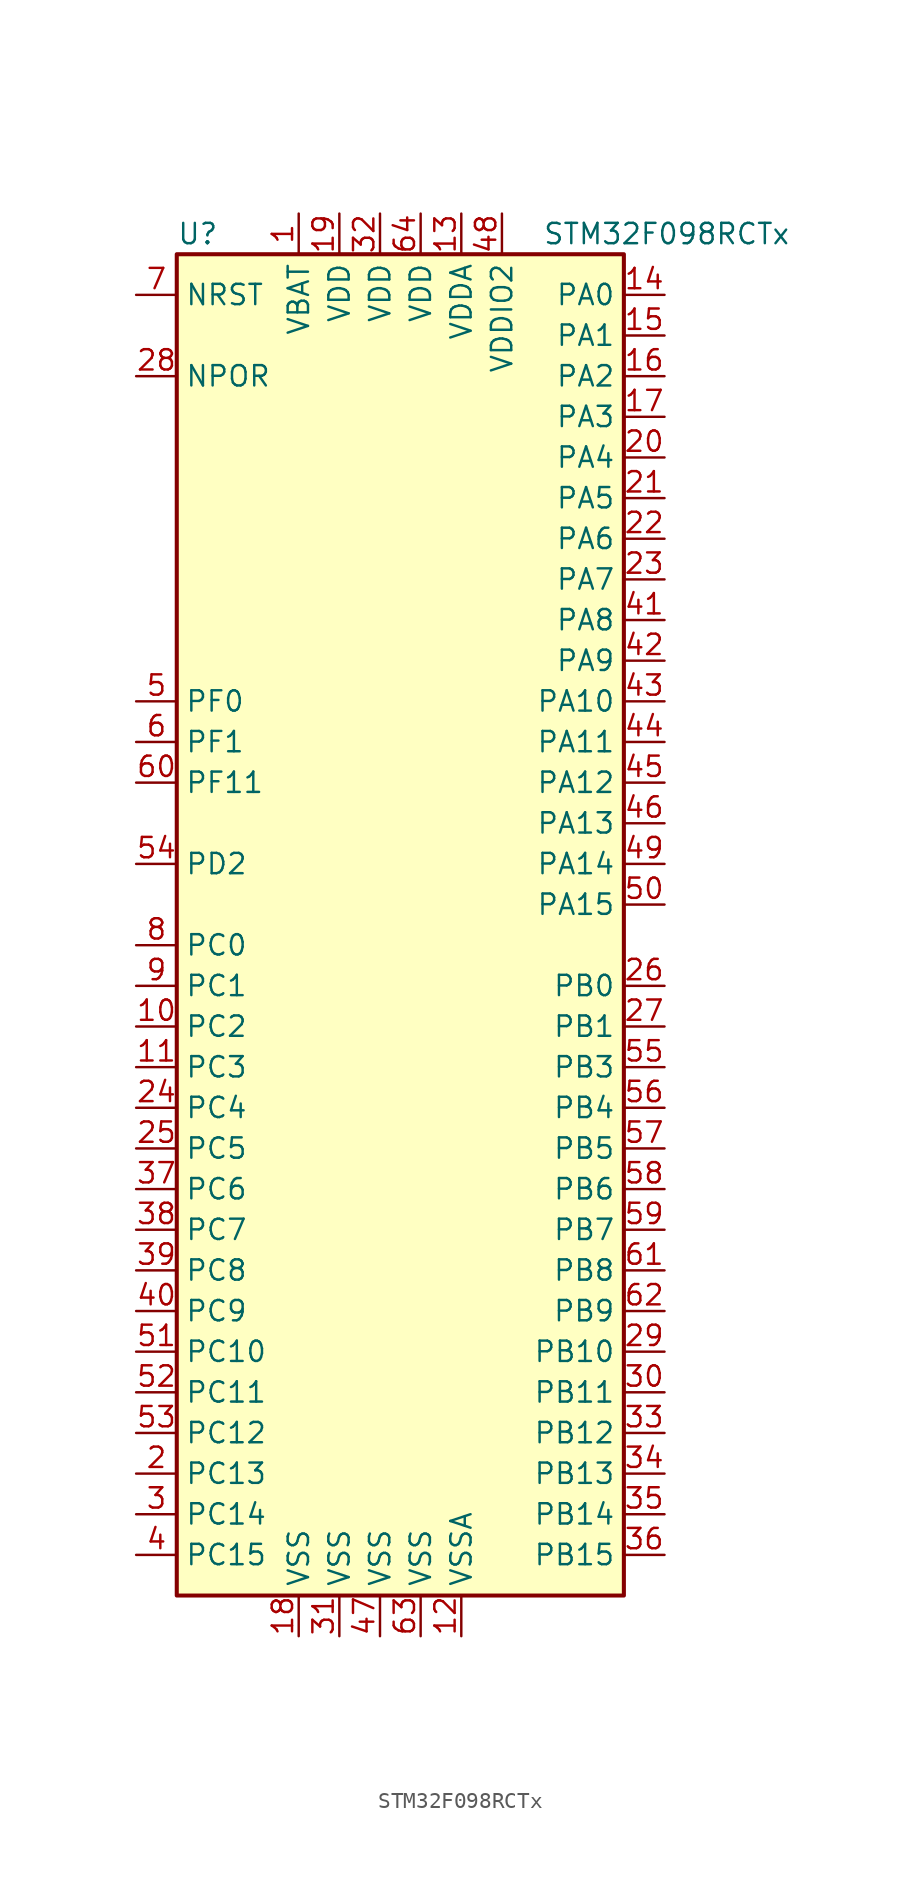
<source format=kicad_sym>
(kicad_symbol_lib
  (version 20201005)
  (generator kicad_symbol_editor)
  (symbol "STM32F098RCTx"
    (property "Reference" "U"
      (at -15.24 41.91 0)
      (effects (font (size 1.27 1.27)) (justify left)))
    (property "Value" "STM32F098RCTx"
      (at 7.62 41.91 0)
      (effects (font (size 1.27 1.27)) (justify left)))
    (symbol "STM32F098RCTx_0_1"
      (rectangle (start -15.24 -43.18) (end 12.7 40.64) (stroke (width 0.254)) (fill (type background))))
    (symbol "STM32F098RCTx_1_1"
      (pin power_in line (at -17.78 33.02 0) (length 2.54) (name "NPOR" (effects (font (size 1.27 1.27)))) (number "28" (effects (font (size 1.27 1.27)))))
      (pin input line (at -17.78 38.1 0) (length 2.54) (name "NRST" (effects (font (size 1.27 1.27)))) (number "7" (effects (font (size 1.27 1.27)))))
      (pin bidirectional line (at 15.24 38.1 180) (length 2.54) (name "PA0" (effects (font (size 1.27 1.27)))) (number "14" (effects (font (size 1.27 1.27)))))
      (pin bidirectional line (at 15.24 35.56 180) (length 2.54) (name "PA1" (effects (font (size 1.27 1.27)))) (number "15" (effects (font (size 1.27 1.27)))))
      (pin bidirectional line (at 15.24 12.7 180) (length 2.54) (name "PA10" (effects (font (size 1.27 1.27)))) (number "43" (effects (font (size 1.27 1.27)))))
      (pin bidirectional line (at 15.24 10.16 180) (length 2.54) (name "PA11" (effects (font (size 1.27 1.27)))) (number "44" (effects (font (size 1.27 1.27)))))
      (pin bidirectional line (at 15.24 7.62 180) (length 2.54) (name "PA12" (effects (font (size 1.27 1.27)))) (number "45" (effects (font (size 1.27 1.27)))))
      (pin bidirectional line (at 15.24 5.08 180) (length 2.54) (name "PA13" (effects (font (size 1.27 1.27)))) (number "46" (effects (font (size 1.27 1.27)))))
      (pin bidirectional line (at 15.24 2.54 180) (length 2.54) (name "PA14" (effects (font (size 1.27 1.27)))) (number "49" (effects (font (size 1.27 1.27)))))
      (pin bidirectional line (at 15.24 0 180) (length 2.54) (name "PA15" (effects (font (size 1.27 1.27)))) (number "50" (effects (font (size 1.27 1.27)))))
      (pin bidirectional line (at 15.24 33.02 180) (length 2.54) (name "PA2" (effects (font (size 1.27 1.27)))) (number "16" (effects (font (size 1.27 1.27)))))
      (pin bidirectional line (at 15.24 30.48 180) (length 2.54) (name "PA3" (effects (font (size 1.27 1.27)))) (number "17" (effects (font (size 1.27 1.27)))))
      (pin bidirectional line (at 15.24 27.94 180) (length 2.54) (name "PA4" (effects (font (size 1.27 1.27)))) (number "20" (effects (font (size 1.27 1.27)))))
      (pin bidirectional line (at 15.24 25.4 180) (length 2.54) (name "PA5" (effects (font (size 1.27 1.27)))) (number "21" (effects (font (size 1.27 1.27)))))
      (pin bidirectional line (at 15.24 22.86 180) (length 2.54) (name "PA6" (effects (font (size 1.27 1.27)))) (number "22" (effects (font (size 1.27 1.27)))))
      (pin bidirectional line (at 15.24 20.32 180) (length 2.54) (name "PA7" (effects (font (size 1.27 1.27)))) (number "23" (effects (font (size 1.27 1.27)))))
      (pin bidirectional line (at 15.24 17.78 180) (length 2.54) (name "PA8" (effects (font (size 1.27 1.27)))) (number "41" (effects (font (size 1.27 1.27)))))
      (pin bidirectional line (at 15.24 15.24 180) (length 2.54) (name "PA9" (effects (font (size 1.27 1.27)))) (number "42" (effects (font (size 1.27 1.27)))))
      (pin bidirectional line (at 15.24 -5.08 180) (length 2.54) (name "PB0" (effects (font (size 1.27 1.27)))) (number "26" (effects (font (size 1.27 1.27)))))
      (pin bidirectional line (at 15.24 -7.62 180) (length 2.54) (name "PB1" (effects (font (size 1.27 1.27)))) (number "27" (effects (font (size 1.27 1.27)))))
      (pin bidirectional line (at 15.24 -27.94 180) (length 2.54) (name "PB10" (effects (font (size 1.27 1.27)))) (number "29" (effects (font (size 1.27 1.27)))))
      (pin bidirectional line (at 15.24 -30.48 180) (length 2.54) (name "PB11" (effects (font (size 1.27 1.27)))) (number "30" (effects (font (size 1.27 1.27)))))
      (pin bidirectional line (at 15.24 -33.02 180) (length 2.54) (name "PB12" (effects (font (size 1.27 1.27)))) (number "33" (effects (font (size 1.27 1.27)))))
      (pin bidirectional line (at 15.24 -35.56 180) (length 2.54) (name "PB13" (effects (font (size 1.27 1.27)))) (number "34" (effects (font (size 1.27 1.27)))))
      (pin bidirectional line (at 15.24 -38.1 180) (length 2.54) (name "PB14" (effects (font (size 1.27 1.27)))) (number "35" (effects (font (size 1.27 1.27)))))
      (pin bidirectional line (at 15.24 -40.64 180) (length 2.54) (name "PB15" (effects (font (size 1.27 1.27)))) (number "36" (effects (font (size 1.27 1.27)))))
      (pin bidirectional line (at 15.24 -10.16 180) (length 2.54) (name "PB3" (effects (font (size 1.27 1.27)))) (number "55" (effects (font (size 1.27 1.27)))))
      (pin bidirectional line (at 15.24 -12.7 180) (length 2.54) (name "PB4" (effects (font (size 1.27 1.27)))) (number "56" (effects (font (size 1.27 1.27)))))
      (pin bidirectional line (at 15.24 -15.24 180) (length 2.54) (name "PB5" (effects (font (size 1.27 1.27)))) (number "57" (effects (font (size 1.27 1.27)))))
      (pin bidirectional line (at 15.24 -17.78 180) (length 2.54) (name "PB6" (effects (font (size 1.27 1.27)))) (number "58" (effects (font (size 1.27 1.27)))))
      (pin bidirectional line (at 15.24 -20.32 180) (length 2.54) (name "PB7" (effects (font (size 1.27 1.27)))) (number "59" (effects (font (size 1.27 1.27)))))
      (pin bidirectional line (at 15.24 -22.86 180) (length 2.54) (name "PB8" (effects (font (size 1.27 1.27)))) (number "61" (effects (font (size 1.27 1.27)))))
      (pin bidirectional line (at 15.24 -25.4 180) (length 2.54) (name "PB9" (effects (font (size 1.27 1.27)))) (number "62" (effects (font (size 1.27 1.27)))))
      (pin bidirectional line (at -17.78 -2.54 0) (length 2.54) (name "PC0" (effects (font (size 1.27 1.27)))) (number "8" (effects (font (size 1.27 1.27)))))
      (pin bidirectional line (at -17.78 -5.08 0) (length 2.54) (name "PC1" (effects (font (size 1.27 1.27)))) (number "9" (effects (font (size 1.27 1.27)))))
      (pin bidirectional line (at -17.78 -27.94 0) (length 2.54) (name "PC10" (effects (font (size 1.27 1.27)))) (number "51" (effects (font (size 1.27 1.27)))))
      (pin bidirectional line (at -17.78 -30.48 0) (length 2.54) (name "PC11" (effects (font (size 1.27 1.27)))) (number "52" (effects (font (size 1.27 1.27)))))
      (pin bidirectional line (at -17.78 -33.02 0) (length 2.54) (name "PC12" (effects (font (size 1.27 1.27)))) (number "53" (effects (font (size 1.27 1.27)))))
      (pin bidirectional line (at -17.78 -35.56 0) (length 2.54) (name "PC13" (effects (font (size 1.27 1.27)))) (number "2" (effects (font (size 1.27 1.27)))))
      (pin bidirectional line (at -17.78 -38.1 0) (length 2.54) (name "PC14" (effects (font (size 1.27 1.27)))) (number "3" (effects (font (size 1.27 1.27)))))
      (pin bidirectional line (at -17.78 -40.64 0) (length 2.54) (name "PC15" (effects (font (size 1.27 1.27)))) (number "4" (effects (font (size 1.27 1.27)))))
      (pin bidirectional line (at -17.78 -7.62 0) (length 2.54) (name "PC2" (effects (font (size 1.27 1.27)))) (number "10" (effects (font (size 1.27 1.27)))))
      (pin bidirectional line (at -17.78 -10.16 0) (length 2.54) (name "PC3" (effects (font (size 1.27 1.27)))) (number "11" (effects (font (size 1.27 1.27)))))
      (pin bidirectional line (at -17.78 -12.7 0) (length 2.54) (name "PC4" (effects (font (size 1.27 1.27)))) (number "24" (effects (font (size 1.27 1.27)))))
      (pin bidirectional line (at -17.78 -15.24 0) (length 2.54) (name "PC5" (effects (font (size 1.27 1.27)))) (number "25" (effects (font (size 1.27 1.27)))))
      (pin bidirectional line (at -17.78 -17.78 0) (length 2.54) (name "PC6" (effects (font (size 1.27 1.27)))) (number "37" (effects (font (size 1.27 1.27)))))
      (pin bidirectional line (at -17.78 -20.32 0) (length 2.54) (name "PC7" (effects (font (size 1.27 1.27)))) (number "38" (effects (font (size 1.27 1.27)))))
      (pin bidirectional line (at -17.78 -22.86 0) (length 2.54) (name "PC8" (effects (font (size 1.27 1.27)))) (number "39" (effects (font (size 1.27 1.27)))))
      (pin bidirectional line (at -17.78 -25.4 0) (length 2.54) (name "PC9" (effects (font (size 1.27 1.27)))) (number "40" (effects (font (size 1.27 1.27)))))
      (pin bidirectional line (at -17.78 2.54 0) (length 2.54) (name "PD2" (effects (font (size 1.27 1.27)))) (number "54" (effects (font (size 1.27 1.27)))))
      (pin input line (at -17.78 12.7 0) (length 2.54) (name "PF0" (effects (font (size 1.27 1.27)))) (number "5" (effects (font (size 1.27 1.27)))))
      (pin input line (at -17.78 10.16 0) (length 2.54) (name "PF1" (effects (font (size 1.27 1.27)))) (number "6" (effects (font (size 1.27 1.27)))))
      (pin bidirectional line (at -17.78 7.62 0) (length 2.54) (name "PF11" (effects (font (size 1.27 1.27)))) (number "60" (effects (font (size 1.27 1.27)))))
      (pin power_in line (at -7.62 43.18 270) (length 2.54) (name "VBAT" (effects (font (size 1.27 1.27)))) (number "1" (effects (font (size 1.27 1.27)))))
      (pin power_in line (at -5.08 43.18 270) (length 2.54) (name "VDD" (effects (font (size 1.27 1.27)))) (number "19" (effects (font (size 1.27 1.27)))))
      (pin power_in line (at -2.54 43.18 270) (length 2.54) (name "VDD" (effects (font (size 1.27 1.27)))) (number "32" (effects (font (size 1.27 1.27)))))
      (pin power_in line (at 0 43.18 270) (length 2.54) (name "VDD" (effects (font (size 1.27 1.27)))) (number "64" (effects (font (size 1.27 1.27)))))
      (pin power_in line (at 2.54 43.18 270) (length 2.54) (name "VDDA" (effects (font (size 1.27 1.27)))) (number "13" (effects (font (size 1.27 1.27)))))
      (pin power_in line (at 5.08 43.18 270) (length 2.54) (name "VDDIO2" (effects (font (size 1.27 1.27)))) (number "48" (effects (font (size 1.27 1.27)))))
      (pin power_in line (at -7.62 -45.72 90) (length 2.54) (name "VSS" (effects (font (size 1.27 1.27)))) (number "18" (effects (font (size 1.27 1.27)))))
      (pin power_in line (at -5.08 -45.72 90) (length 2.54) (name "VSS" (effects (font (size 1.27 1.27)))) (number "31" (effects (font (size 1.27 1.27)))))
      (pin power_in line (at -2.54 -45.72 90) (length 2.54) (name "VSS" (effects (font (size 1.27 1.27)))) (number "47" (effects (font (size 1.27 1.27)))))
      (pin power_in line (at 0 -45.72 90) (length 2.54) (name "VSS" (effects (font (size 1.27 1.27)))) (number "63" (effects (font (size 1.27 1.27)))))
      (pin power_in line (at 2.54 -45.72 90) (length 2.54) (name "VSSA" (effects (font (size 1.27 1.27)))) (number "12" (effects (font (size 1.27 1.27))))))))
</source>
